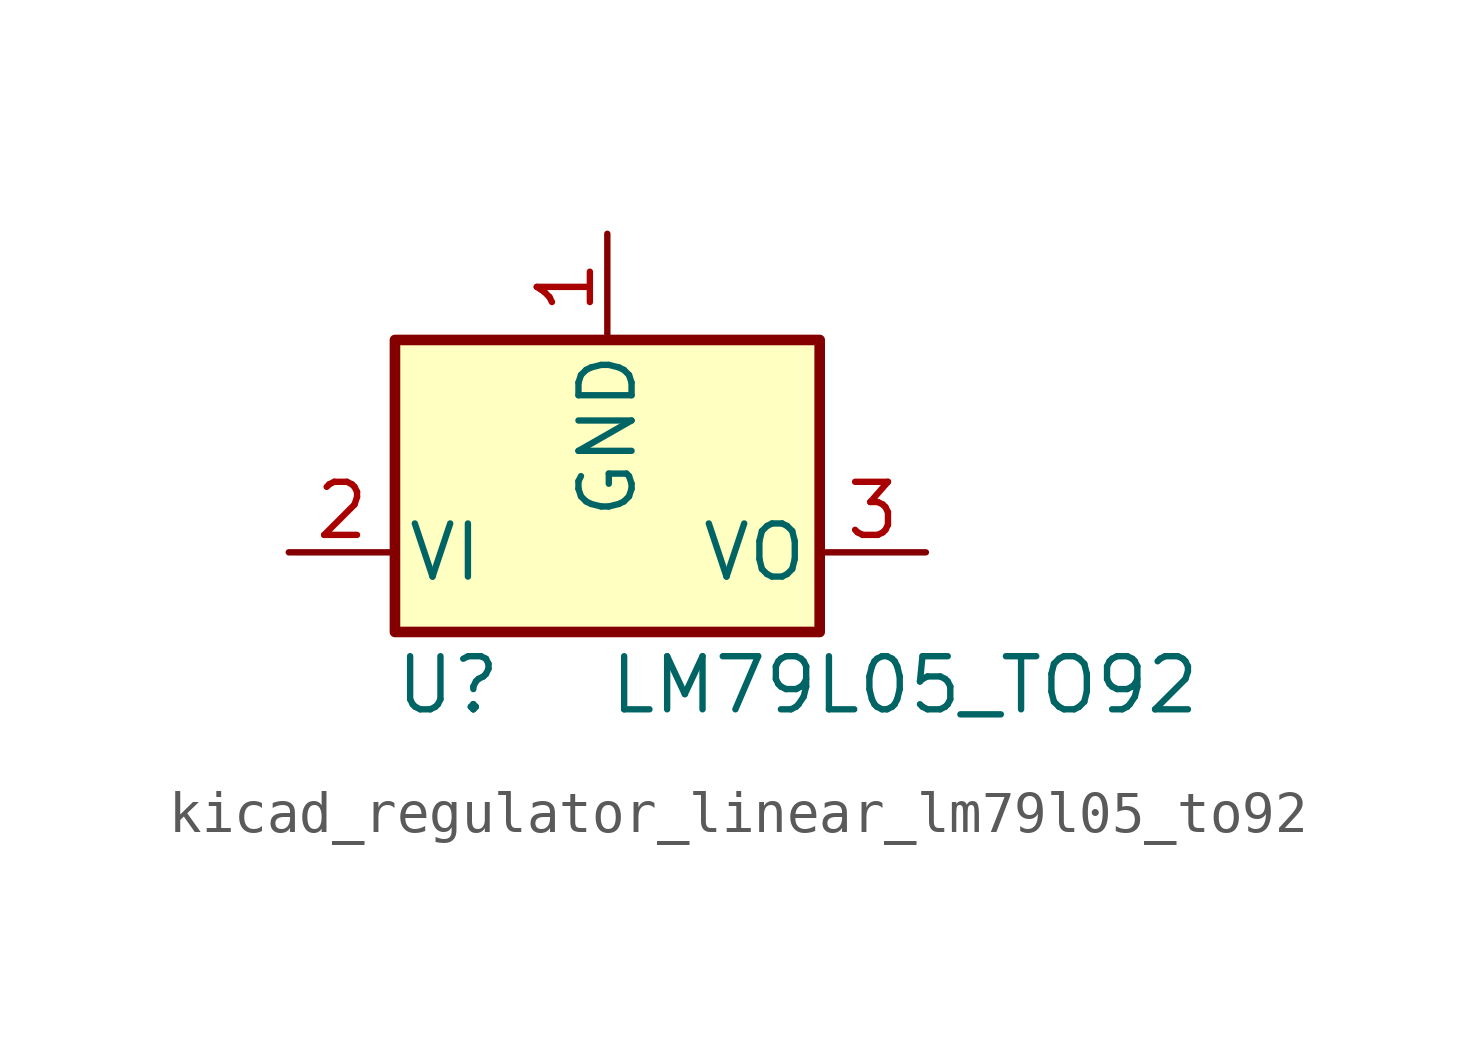
<source format=kicad_sym>
(kicad_symbol_lib
  (version 20220914)
  (generator kicad_symbol_editor)
  (symbol "kicad_regulator_linear_lm79l05_to92"
    (pin_names
      (offset 0.254))
    (property "Reference" "U"
      (at -3.81 -3.175 0)
      (effects (font (size 1.27 1.27))))
    (property "Value" "LM79L05_TO92"
      (at 0 -3.175 0)
      (effects (font (size 1.27 1.27)) (justify left)))
    (symbol "kicad_regulator_linear_lm79l05_to92_0_1"
      (rectangle (start -5.08 5.08) (end 5.08 -1.905) (stroke (width 0.254) (type default)) (fill (type background))))
    (symbol "kicad_regulator_linear_lm79l05_to92_1_1"
      (pin power_in line (at 0 7.62 270) (length 2.54) (name "GND" (effects (font (size 1.27 1.27)))) (number "1" (effects (font (size 1.27 1.27)))))
      (pin power_in line (at -7.62 0 0) (length 2.54) (name "VI" (effects (font (size 1.27 1.27)))) (number "2" (effects (font (size 1.27 1.27)))))
      (pin power_out line (at 7.62 0 180) (length 2.54) (name "VO" (effects (font (size 1.27 1.27)))) (number "3" (effects (font (size 1.27 1.27))))))))
</source>
